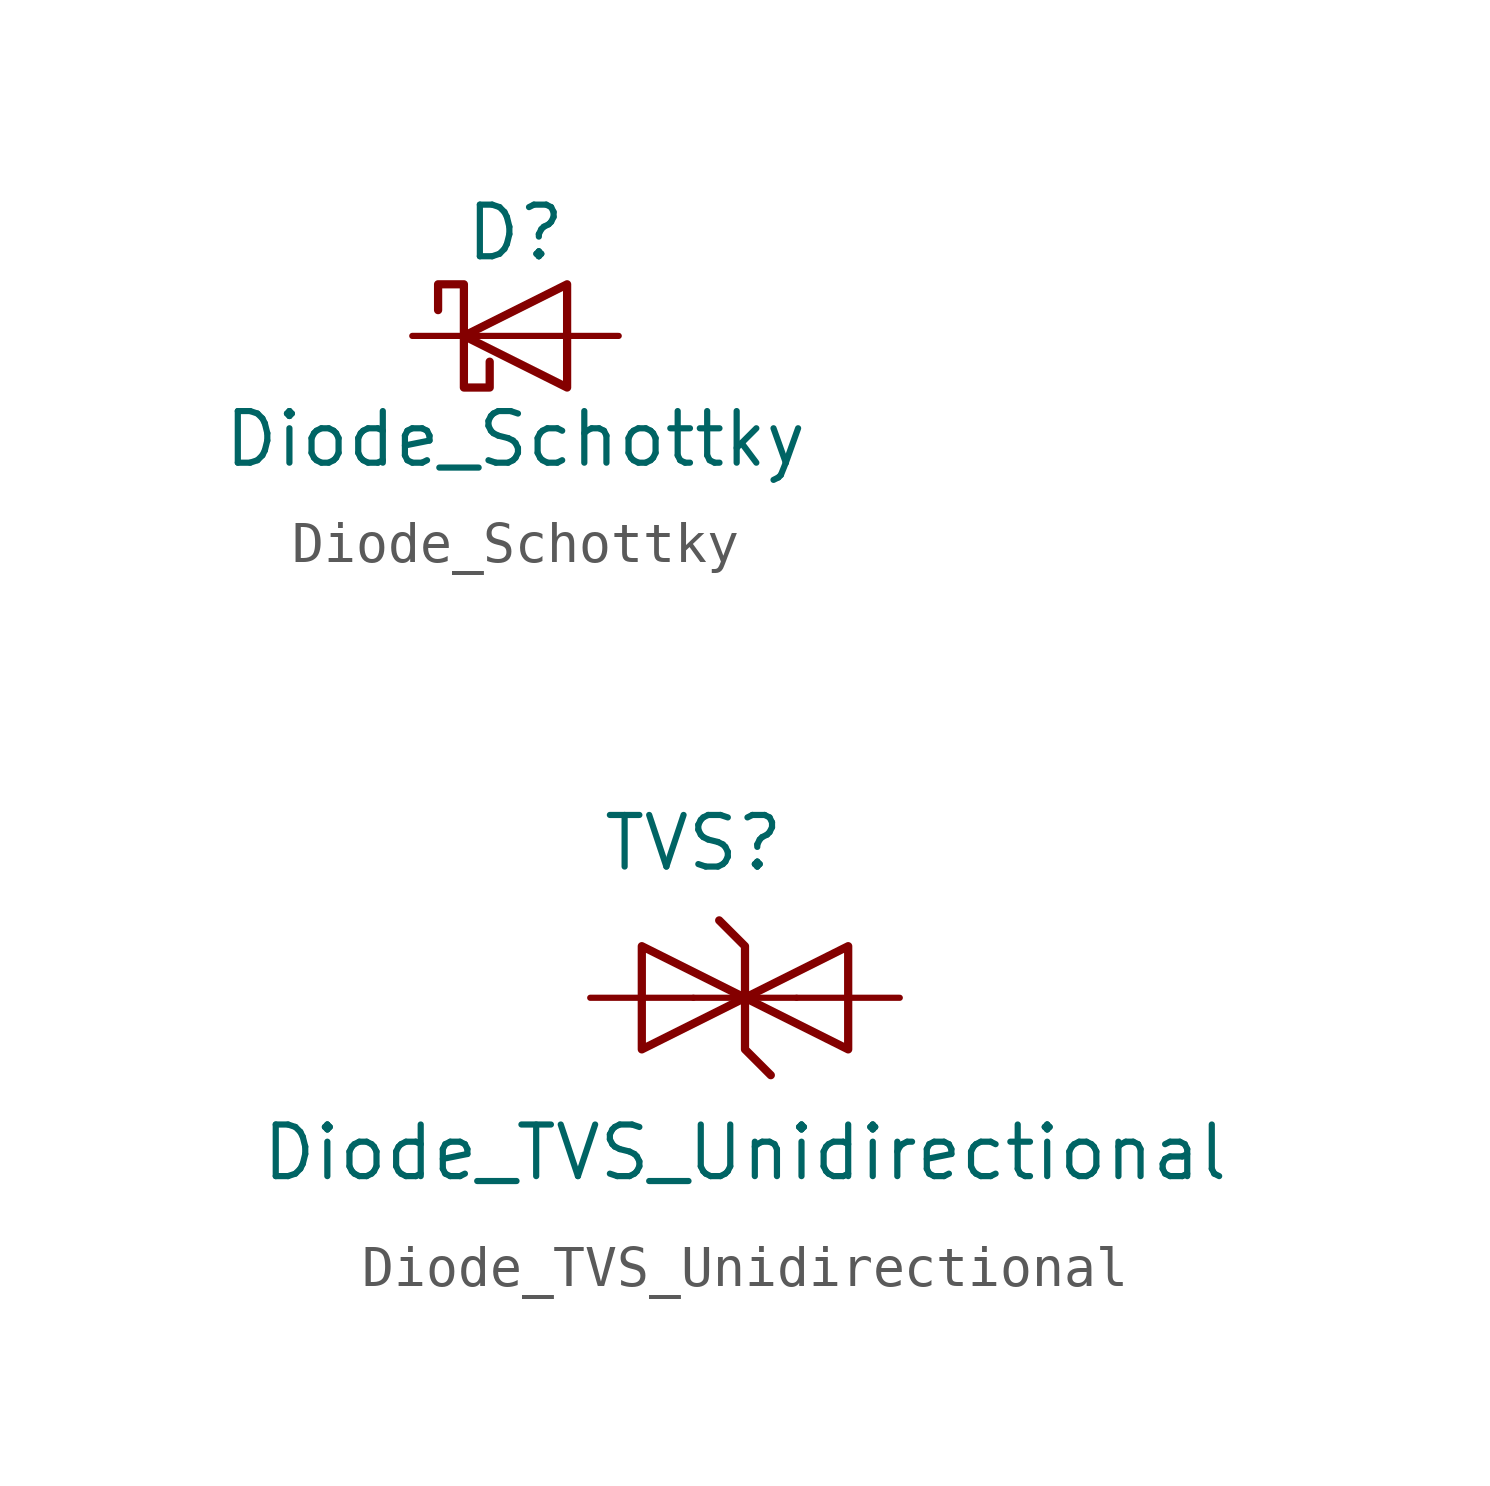
<source format=kicad_sym>
(kicad_symbol_lib
  (version 20220914)
  (generator kicad_symbol_editor)
  (symbol "Diode_Schottky"
    (pin_numbers hide)
    (pin_names hide)
    (property "Reference" "D"
      (at 0 2.54 0)
      (effects (font (size 1.27 1.27))))
    (property "Value" "Diode_Schottky"
      (at 0 -2.54 0)
      (effects (font (size 1.27 1.27))))
    (symbol "Diode_Schottky_0_1"
      (polyline (pts (xy 1.27 0) (xy -1.27 0)) (stroke (width 0) (type default)) (fill (type none)))
      (polyline (pts (xy 1.27 1.27) (xy 1.27 -1.27) (xy -1.27 0) (xy 1.27 1.27)) (stroke (width 0.203) (type default)) (fill (type none)))
      (polyline (pts (xy -1.905 0.635) (xy -1.905 1.27) (xy -1.27 1.27) (xy -1.27 -1.27) (xy -0.635 -1.27) (xy -0.635 -0.635)) (stroke (width 0.203) (type default)) (fill (type none))))
    (symbol "Diode_Schottky_1_1"
      (pin passive line (at -2.54 0 0) (length 1.27) (name "K" (effects (font (size 1.27 1.27)))) (number "1" (effects (font (size 1.27 1.27)))))
      (pin passive line (at 2.54 0 180) (length 1.27) (name "A" (effects (font (size 1.27 1.27)))) (number "2" (effects (font (size 1.27 1.27)))))))
  (symbol "Diode_TVS_Unidirectional"
    (pin_numbers hide)
    (pin_names hide)
    (property "Reference" "TVS"
      (at -1.27 3.81 0)
      (effects (font (size 1.27 1.27))))
    (property "Value" "Diode_TVS_Unidirectional"
      (at 0 -3.81 0)
      (effects (font (size 1.27 1.27))))
    (symbol "Diode_TVS_Unidirectional_0_1"
      (polyline (pts (xy 1.27 0) (xy -1.27 0)) (stroke (width 0) (type default)) (fill (type none)))
      (polyline (pts (xy -2.54 -1.27) (xy -2.54 1.27) (xy 0 0) (xy -2.54 -1.27)) (stroke (width 0.203) (type default)) (fill (type none)))
      (polyline (pts (xy 2.54 1.27) (xy 2.54 -1.27) (xy 0 0) (xy 2.54 1.27)) (stroke (width 0.203) (type default)) (fill (type none)))
      (polyline (pts (xy 0 1.27) (xy -0.635 1.905) (xy 0 1.27) (xy 0 -1.27) (xy 0.635 -1.905) (xy 0 -1.27)) (stroke (width 0.203) (type default)) (fill (type none))))
    (symbol "Diode_TVS_Unidirectional_1_1"
      (pin passive line (at -3.81 0 0) (length 2.54) (name "K" (effects (font (size 1.27 1.27)))) (number "1" (effects (font (size 1.27 1.27)))))
      (pin passive line (at 3.81 0 180) (length 2.54) (name "A" (effects (font (size 1.27 1.27)))) (number "2" (effects (font (size 1.27 1.27))))))))
</source>
